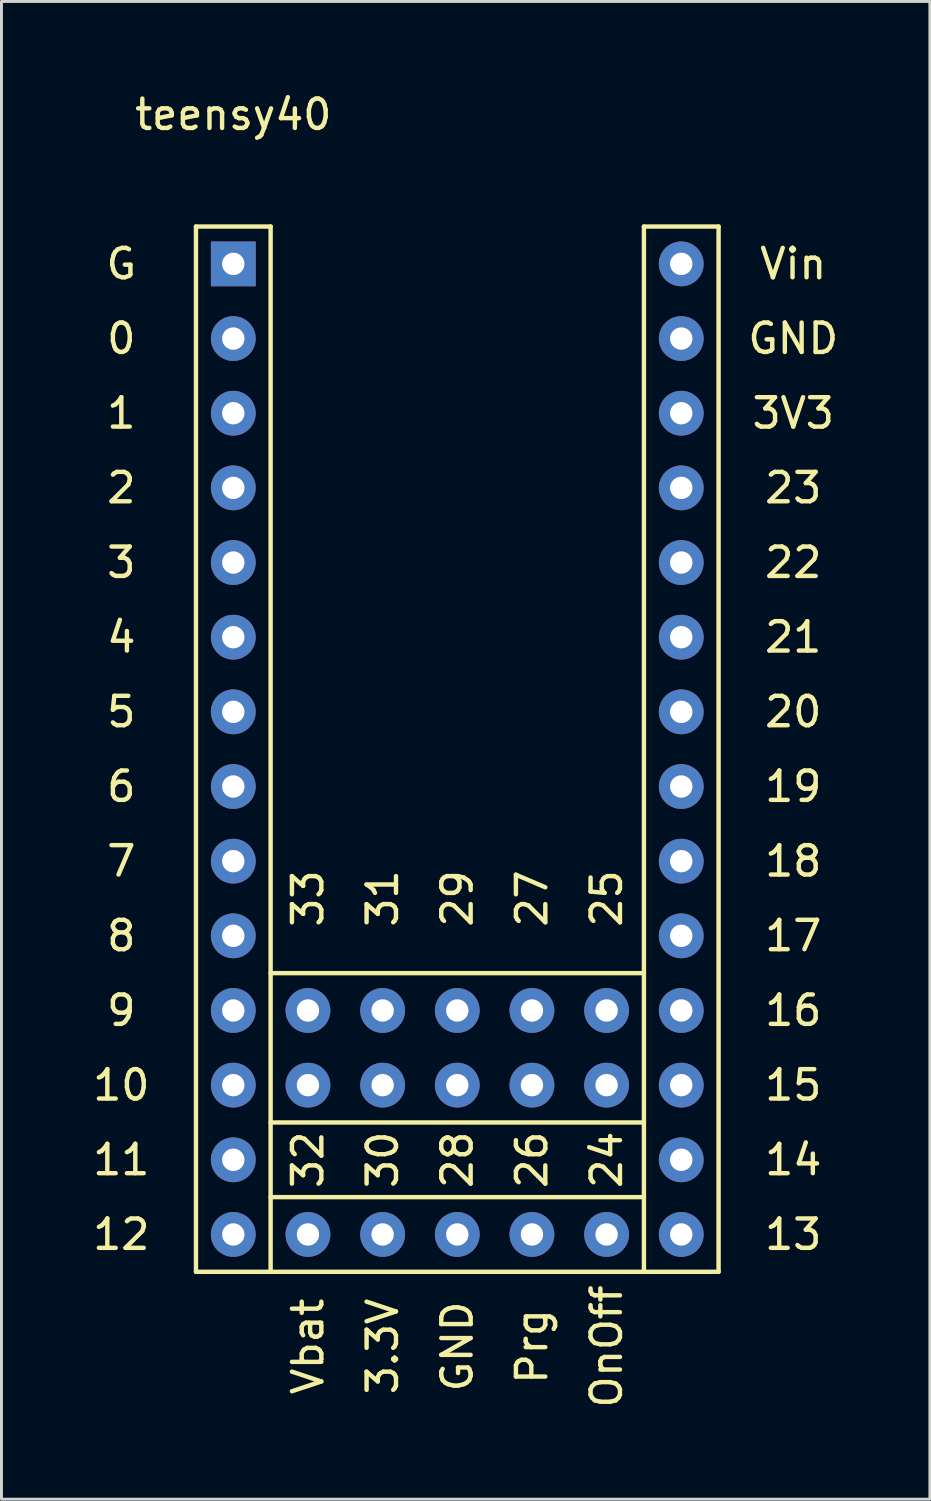
<source format=kicad_pcb>
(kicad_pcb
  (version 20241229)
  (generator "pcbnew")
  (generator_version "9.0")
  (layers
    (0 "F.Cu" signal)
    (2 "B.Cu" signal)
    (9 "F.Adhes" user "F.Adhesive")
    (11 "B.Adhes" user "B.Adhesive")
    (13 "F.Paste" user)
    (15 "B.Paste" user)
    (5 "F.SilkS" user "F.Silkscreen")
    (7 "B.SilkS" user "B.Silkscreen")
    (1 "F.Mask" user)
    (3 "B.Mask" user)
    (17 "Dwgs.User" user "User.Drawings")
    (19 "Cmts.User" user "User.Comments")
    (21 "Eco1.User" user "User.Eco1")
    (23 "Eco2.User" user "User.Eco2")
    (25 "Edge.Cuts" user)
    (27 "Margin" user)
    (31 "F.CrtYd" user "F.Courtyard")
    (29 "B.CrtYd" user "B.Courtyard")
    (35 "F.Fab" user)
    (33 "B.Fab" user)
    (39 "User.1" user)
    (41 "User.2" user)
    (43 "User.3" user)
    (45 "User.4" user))
  (footprint "teensy40"
    (layer "F.Cu")
    (at 4.887 3.388)
    (property "Reference" "teensy40" (at 0 -2.54 0) (layer "F.SilkS") (effects (font (size 1 1) (thickness 0.15))))
    (attr through_hole)
    (fp_line (start -1.27 1.27) (end 1.27 1.27) (stroke (width 0.15) (type solid)) (layer "F.SilkS"))
    (fp_line (start -1.27 36.83) (end -1.27 1.27) (stroke (width 0.15) (type solid)) (layer "F.SilkS"))
    (fp_line (start 1.27 1.27) (end 1.27 36.83) (stroke (width 0.15) (type solid)) (layer "F.SilkS"))
    (fp_line (start 1.27 26.67) (end 13.97 26.67) (stroke (width 0.15) (type solid)) (layer "F.SilkS"))
    (fp_line (start 1.27 31.75) (end 13.97 31.75) (stroke (width 0.15) (type solid)) (layer "F.SilkS"))
    (fp_line (start 1.27 34.29) (end 13.97 34.29) (stroke (width 0.15) (type solid)) (layer "F.SilkS"))
    (fp_line (start 1.27 36.83) (end -1.27 36.83) (stroke (width 0.15) (type solid)) (layer "F.SilkS"))
    (fp_line (start 13.97 1.27) (end 16.51 1.27) (stroke (width 0.15) (type solid)) (layer "F.SilkS"))
    (fp_line (start 13.97 36.83) (end 1.27 36.83) (stroke (width 0.15) (type solid)) (layer "F.SilkS"))
    (fp_line (start 13.97 36.83) (end 13.97 1.27) (stroke (width 0.15) (type solid)) (layer "F.SilkS"))
    (fp_line (start 16.51 1.27) (end 16.51 36.83) (stroke (width 0.15) (type solid)) (layer "F.SilkS"))
    (fp_line (start 16.51 36.83) (end 13.97 36.83) (stroke (width 0.15) (type solid)) (layer "F.SilkS"))
    (fp_text user "26" (at 10.16 33.02 90) (layer "F.SilkS") (effects (font (size 1 1) (thickness 0.15))))
    (fp_text user "30" (at 5.08 33.02 90) (layer "F.SilkS") (effects (font (size 1 1) (thickness 0.15))))
    (fp_text user "15" (at 19.05 30.48 0) (layer "F.SilkS") (effects (font (size 1 1) (thickness 0.15))))
    (fp_text user "27" (at 10.16 24.13 90) (layer "F.SilkS") (effects (font (size 1 1) (thickness 0.15))))
    (fp_text user "20" (at 19.05 17.78 0) (layer "F.SilkS") (effects (font (size 1 1) (thickness 0.15))))
    (fp_text user "4" (at -3.81 15.24 0) (layer "F.SilkS") (effects (font (size 1 1) (thickness 0.15))))
    (fp_text user "G" (at -3.81 2.54 0) (layer "F.SilkS") (effects (font (size 1 1) (thickness 0.15))))
    (fp_text user "Vbat" (at 2.54 39.37 270) (layer "F.SilkS") (effects (font (size 1 1) (thickness 0.15))))
    (fp_text user "Prg" (at 10.16 39.37 90) (layer "F.SilkS") (effects (font (size 1 1) (thickness 0.15))))
    (fp_text user "3.3V" (at 5.08 39.37 90) (layer "F.SilkS") (effects (font (size 1 1) (thickness 0.15))))
    (fp_text user "13" (at 19.05 35.56 0) (layer "F.SilkS") (effects (font (size 1 1) (thickness 0.15))))
    (fp_text user "14" (at 19.05 33.02 0) (layer "F.SilkS") (effects (font (size 1 1) (thickness 0.15))))
    (fp_text user "3" (at -3.81 12.7 0) (layer "F.SilkS") (effects (font (size 1 1) (thickness 0.15))))
    (fp_text user "25" (at 12.7 24.13 90) (layer "F.SilkS") (effects (font (size 1 1) (thickness 0.15))))
    (fp_text user "6" (at -3.81 20.32 0) (layer "F.SilkS") (effects (font (size 1 1) (thickness 0.15))))
    (fp_text user "31" (at 5.08 24.13 90) (layer "F.SilkS") (effects (font (size 1 1) (thickness 0.15))))
    (fp_text user "10" (at -3.81 30.48 0) (layer "F.SilkS") (effects (font (size 1 1) (thickness 0.15))))
    (fp_text user "GND" (at 7.62 39.37 90) (layer "F.SilkS") (effects (font (size 1 1) (thickness 0.15))))
    (fp_text user "0" (at -3.81 5.08 0) (layer "F.SilkS") (effects (font (size 1 1) (thickness 0.15))))
    (fp_text user "18" (at 19.05 22.86 0) (layer "F.SilkS") (effects (font (size 1 1) (thickness 0.15))))
    (fp_text user "28" (at 7.62 33.02 90) (layer "F.SilkS") (effects (font (size 1 1) (thickness 0.15))))
    (fp_text user "5" (at -3.81 17.78 0) (layer "F.SilkS") (effects (font (size 1 1) (thickness 0.15))))
    (fp_text user "17" (at 19.05 25.4 0) (layer "F.SilkS") (effects (font (size 1 1) (thickness 0.15))))
    (fp_text user "3V3" (at 19.05 7.62 0) (layer "F.SilkS") (effects (font (size 1 1) (thickness 0.15))))
    (fp_text user "11" (at -3.81 33.02 0) (layer "F.SilkS") (effects (font (size 1 1) (thickness 0.15))))
    (fp_text user "12" (at -3.81 35.56 0) (layer "F.SilkS") (effects (font (size 1 1) (thickness 0.15))))
    (fp_text user "19" (at 19.05 20.32 0) (layer "F.SilkS") (effects (font (size 1 1) (thickness 0.15))))
    (fp_text user "24" (at 12.7 33.02 90) (layer "F.SilkS") (effects (font (size 1 1) (thickness 0.15))))
    (fp_text user "GND" (at 19.05 5.08 0) (layer "F.SilkS") (effects (font (size 1 1) (thickness 0.15))))
    (fp_text user "22" (at 19.05 12.7 0) (layer "F.SilkS") (effects (font (size 1 1) (thickness 0.15))))
    (fp_text user "16" (at 19.05 27.94 0) (layer "F.SilkS") (effects (font (size 1 1) (thickness 0.15))))
    (fp_text user "2" (at -3.81 10.16 0) (layer "F.SilkS") (effects (font (size 1 1) (thickness 0.15))))
    (fp_text user "7" (at -3.81 22.86 0) (layer "F.SilkS") (effects (font (size 1 1) (thickness 0.15))))
    (fp_text user "21" (at 19.05 15.24 0) (layer "F.SilkS") (effects (font (size 1 1) (thickness 0.15))))
    (fp_text user "33" (at 2.54 24.13 90) (layer "F.SilkS") (effects (font (size 1 1) (thickness 0.15))))
    (fp_text user "29" (at 7.62 24.13 90) (layer "F.SilkS") (effects (font (size 1 1) (thickness 0.15))))
    (fp_text user "8" (at -3.81 25.4 0) (layer "F.SilkS") (effects (font (size 1 1) (thickness 0.15))))
    (fp_text user "23" (at 19.05 10.16 0) (layer "F.SilkS") (effects (font (size 1 1) (thickness 0.15))))
    (fp_text user "1" (at -3.81 7.62 0) (layer "F.SilkS") (effects (font (size 1 1) (thickness 0.15))))
    (fp_text user "OnOff" (at 12.7 39.37 270) (layer "F.SilkS") (effects (font (size 1 1) (thickness 0.15))))
    (fp_text user "32" (at 2.54 33.02 90) (layer "F.SilkS") (effects (font (size 1 1) (thickness 0.15))))
    (fp_text user "9" (at -3.81 27.94 0) (layer "F.SilkS") (effects (font (size 1 1) (thickness 0.15))))
    (fp_text user "Vin" (at 19.05 2.54 0) (layer "F.SilkS") (effects (font (size 1 1) (thickness 0.15))))
    (pad "0" thru_hole circle (at 0 5.08) (size 1.524 1.524) (drill 0.762) (layers "*.Cu" "*.Mask"))
    (pad "1" thru_hole circle (at 0 7.62) (size 1.524 1.524) (drill 0.762) (layers "*.Cu" "*.Mask"))
    (pad "2" thru_hole circle (at 0 10.16) (size 1.524 1.524) (drill 0.762) (layers "*.Cu" "*.Mask"))
    (pad "3" thru_hole circle (at 0 12.7) (size 1.524 1.524) (drill 0.762) (layers "*.Cu" "*.Mask"))
    (pad "3V3" thru_hole circle (at 15.24 7.62) (size 1.524 1.524) (drill 0.762) (layers "*.Cu" "*.Mask"))
    (pad "3V3_2" thru_hole circle (at 5.08 35.56) (size 1.524 1.524) (drill 0.762) (layers "*.Cu" "*.Mask"))
    (pad "4" thru_hole circle (at 0 15.24) (size 1.524 1.524) (drill 0.762) (layers "*.Cu" "*.Mask"))
    (pad "5" thru_hole circle (at 0 17.78) (size 1.524 1.524) (drill 0.762) (layers "*.Cu" "*.Mask"))
    (pad "6" thru_hole circle (at 0 20.32) (size 1.524 1.524) (drill 0.762) (layers "*.Cu" "*.Mask"))
    (pad "7" thru_hole circle (at 0 22.86) (size 1.524 1.524) (drill 0.762) (layers "*.Cu" "*.Mask"))
    (pad "8" thru_hole circle (at 0 25.4) (size 1.524 1.524) (drill 0.762) (layers "*.Cu" "*.Mask"))
    (pad "9" thru_hole circle (at 0 27.94) (size 1.524 1.524) (drill 0.762) (layers "*.Cu" "*.Mask"))
    (pad "10" thru_hole circle (at 0 30.48) (size 1.524 1.524) (drill 0.762) (layers "*.Cu" "*.Mask"))
    (pad "11" thru_hole circle (at 0 33.02) (size 1.524 1.524) (drill 0.762) (layers "*.Cu" "*.Mask"))
    (pad "12" thru_hole circle (at 0 35.56) (size 1.524 1.524) (drill 0.762) (layers "*.Cu" "*.Mask"))
    (pad "13" thru_hole circle (at 15.24 35.56) (size 1.524 1.524) (drill 0.762) (layers "*.Cu" "*.Mask"))
    (pad "14" thru_hole circle (at 15.24 33.02) (size 1.524 1.524) (drill 0.762) (layers "*.Cu" "*.Mask"))
    (pad "15" thru_hole circle (at 15.24 30.48) (size 1.524 1.524) (drill 0.762) (layers "*.Cu" "*.Mask"))
    (pad "16" thru_hole circle (at 15.24 27.94) (size 1.524 1.524) (drill 0.762) (layers "*.Cu" "*.Mask"))
    (pad "17" thru_hole circle (at 15.24 25.4) (size 1.524 1.524) (drill 0.762) (layers "*.Cu" "*.Mask"))
    (pad "18" thru_hole circle (at 15.24 22.86) (size 1.524 1.524) (drill 0.762) (layers "*.Cu" "*.Mask"))
    (pad "19" thru_hole circle (at 15.24 20.32) (size 1.524 1.524) (drill 0.762) (layers "*.Cu" "*.Mask"))
    (pad "20" thru_hole circle (at 15.24 17.78) (size 1.524 1.524) (drill 0.762) (layers "*.Cu" "*.Mask"))
    (pad "21" thru_hole circle (at 15.24 15.24) (size 1.524 1.524) (drill 0.762) (layers "*.Cu" "*.Mask"))
    (pad "22" thru_hole circle (at 15.24 12.7) (size 1.524 1.524) (drill 0.762) (layers "*.Cu" "*.Mask"))
    (pad "23" thru_hole circle (at 15.24 10.16) (size 1.524 1.524) (drill 0.762) (layers "*.Cu" "*.Mask"))
    (pad "24" thru_hole circle (at 12.7 30.48) (size 1.524 1.524) (drill 0.762) (layers "*.Cu" "*.Mask"))
    (pad "25" thru_hole circle (at 12.7 27.94) (size 1.524 1.524) (drill 0.762) (layers "*.Cu" "*.Mask"))
    (pad "26" thru_hole circle (at 10.16 30.48) (size 1.524 1.524) (drill 0.762) (layers "*.Cu" "*.Mask"))
    (pad "27" thru_hole circle (at 10.16 27.94) (size 1.524 1.524) (drill 0.762) (layers "*.Cu" "*.Mask"))
    (pad "28" thru_hole circle (at 7.62 30.48) (size 1.524 1.524) (drill 0.762) (layers "*.Cu" "*.Mask"))
    (pad "29" thru_hole circle (at 7.62 27.94) (size 1.524 1.524) (drill 0.762) (layers "*.Cu" "*.Mask"))
    (pad "30" thru_hole circle (at 5.08 30.48) (size 1.524 1.524) (drill 0.762) (layers "*.Cu" "*.Mask"))
    (pad "31" thru_hole circle (at 5.08 27.94) (size 1.524 1.524) (drill 0.762) (layers "*.Cu" "*.Mask"))
    (pad "32" thru_hole circle (at 2.54 30.48) (size 1.524 1.524) (drill 0.762) (layers "*.Cu" "*.Mask"))
    (pad "33" thru_hole circle (at 2.54 27.94) (size 1.524 1.524) (drill 0.762) (layers "*.Cu" "*.Mask"))
    (pad "G" thru_hole rect (at 0 2.54) (size 1.524 1.524) (drill 0.762) (layers "*.Cu" "*.Mask"))
    (pad "GND" thru_hole circle (at 15.24 5.08) (size 1.524 1.524) (drill 0.762) (layers "*.Cu" "*.Mask"))
    (pad "GND2" thru_hole circle (at 7.62 35.56) (size 1.524 1.524) (drill 0.762) (layers "*.Cu" "*.Mask"))
    (pad "ONOFF" thru_hole circle (at 12.7 35.56) (size 1.524 1.524) (drill 0.762) (layers "*.Cu" "*.Mask"))
    (pad "Prg" thru_hole circle (at 10.16 35.56) (size 1.524 1.524) (drill 0.762) (layers "*.Cu" "*.Mask"))
    (pad "Vbat" thru_hole circle (at 2.54 35.56) (size 1.524 1.524) (drill 0.762) (layers "*.Cu" "*.Mask"))
    (pad "Vin" thru_hole circle (at 15.24 2.54) (size 1.524 1.524) (drill 0.762) (layers "*.Cu" "*.Mask")))
  (gr_rect
    (start -3 -3)
    (end 28.586 47.955)
    (stroke (width 0.1) (type default))
    (fill no)
    (layer "Edge.Cuts")))
</source>
